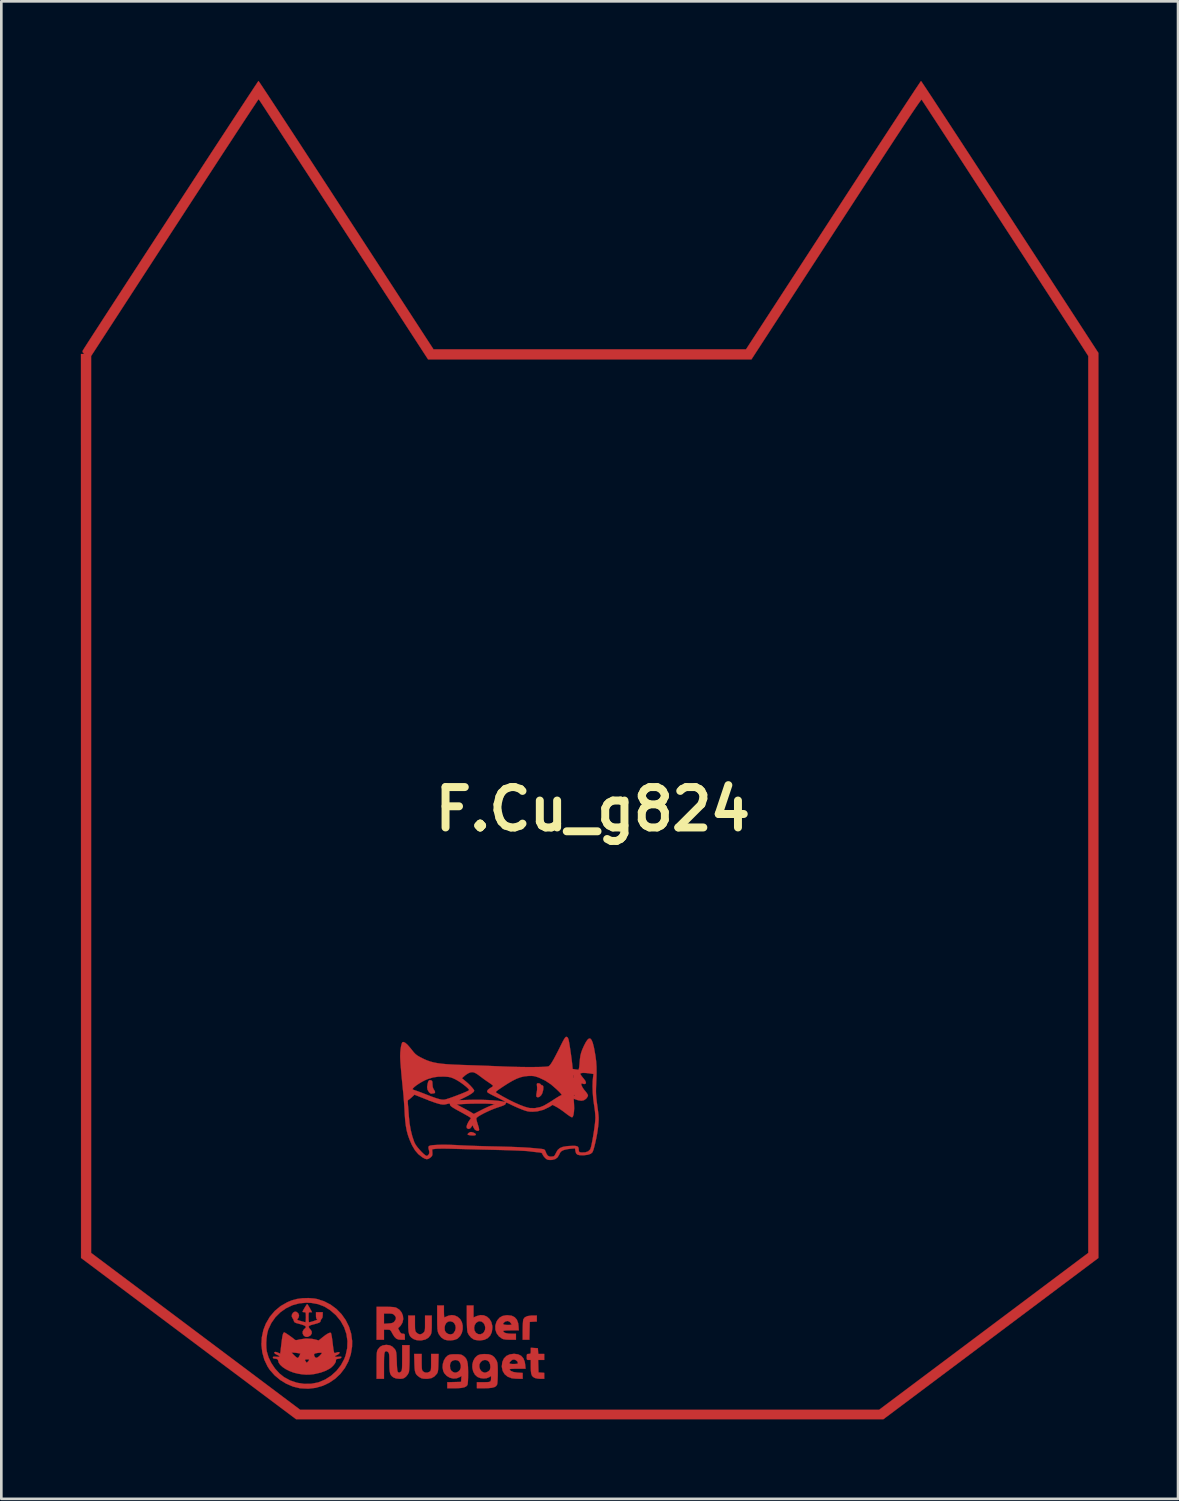
<source format=kicad_pcb>
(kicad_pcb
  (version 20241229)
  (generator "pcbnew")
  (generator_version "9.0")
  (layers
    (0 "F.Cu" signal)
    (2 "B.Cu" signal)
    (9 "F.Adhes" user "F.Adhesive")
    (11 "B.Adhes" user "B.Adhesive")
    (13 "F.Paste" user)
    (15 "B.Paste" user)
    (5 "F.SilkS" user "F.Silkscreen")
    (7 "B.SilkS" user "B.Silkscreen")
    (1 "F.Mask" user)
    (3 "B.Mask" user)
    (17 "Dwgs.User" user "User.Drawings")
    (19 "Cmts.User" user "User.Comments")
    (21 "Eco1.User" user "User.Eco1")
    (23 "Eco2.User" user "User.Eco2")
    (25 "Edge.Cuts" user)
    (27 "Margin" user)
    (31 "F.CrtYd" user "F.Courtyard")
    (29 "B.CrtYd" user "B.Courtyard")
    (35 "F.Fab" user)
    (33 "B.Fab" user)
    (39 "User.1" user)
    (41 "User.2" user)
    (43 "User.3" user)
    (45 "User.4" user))
  (footprint "F.Cu_g824"
    (layer "F.Cu")
    (at 19.309 27.475)
    (property "Reference" "F.Cu_g824" (at 0 0 0) (layer "F.SilkS") (effects (font (size 1.524 1.524) (thickness 0.3))))
    (attr through_hole)
    (fp_poly (pts (xy -4.566 12.181) (xy -4.506 12.198) (xy -4.442 12.228) (xy -4.409 12.26) (xy -4.407 12.268) (xy -4.424 12.296) (xy -4.478 12.309) (xy -4.575 12.306) (xy -4.629 12.301) (xy -4.7 12.286) (xy -4.721 12.261) (xy -4.693 12.225) (xy -4.665 12.205) (xy -4.617 12.181) (xy -4.566 12.181)) (stroke (width 0.01) (type solid)) (fill yes) (layer "F.Cu"))
    (fp_poly (pts (xy -2.108 19.327) (xy -2.242 19.334) (xy -2.375 19.342) (xy -2.382 19.679) (xy -2.389 20.015) (xy -2.642 20.015) (xy -2.642 19.661) (xy -2.64 19.527) (xy -2.635 19.406) (xy -2.628 19.31) (xy -2.62 19.251) (xy -2.617 19.243) (xy -2.563 19.17) (xy -2.465 19.123) (xy -2.324 19.102) (xy -2.275 19.101) (xy -2.108 19.101) (xy -2.108 19.327)) (stroke (width 0.01) (type solid)) (fill yes) (layer "F.Cu"))
    (fp_poly (pts (xy -6.1 10.228) (xy -6.068 10.243) (xy -6.051 10.276) (xy -6.046 10.341) (xy -6.045 10.375) (xy -6.035 10.484) (xy -6.003 10.561) (xy -5.994 10.573) (xy -5.953 10.642) (xy -5.948 10.693) (xy -5.978 10.718) (xy -5.992 10.719) (xy -6.054 10.726) (xy -6.078 10.733) (xy -6.118 10.724) (xy -6.171 10.679) (xy -6.181 10.667) (xy -6.232 10.582) (xy -6.247 10.481) (xy -6.228 10.354) (xy -6.222 10.332) (xy -6.197 10.258) (xy -6.168 10.225) (xy -6.124 10.222) (xy -6.1 10.228)) (stroke (width 0.01) (type solid)) (fill yes) (layer "F.Cu"))
    (fp_poly (pts (xy -1.992 10.351) (xy -1.965 10.376) (xy -1.934 10.41) (xy -1.916 10.414) (xy -1.88 10.426) (xy -1.863 10.466) (xy -1.864 10.543) (xy -1.869 10.593) (xy -1.901 10.714) (xy -1.949 10.797) (xy -2.01 10.851) (xy -2.069 10.87) (xy -2.113 10.852) (xy -2.125 10.833) (xy -2.128 10.785) (xy -2.119 10.713) (xy -2.113 10.687) (xy -2.099 10.591) (xy -2.098 10.485) (xy -2.101 10.458) (xy -2.107 10.386) (xy -2.102 10.35) (xy -2.077 10.339) (xy -2.047 10.338) (xy -1.992 10.351)) (stroke (width 0.01) (type solid)) (fill yes) (layer "F.Cu"))
    (fp_poly (pts (xy -2.203 20.325) (xy -2.07 20.333) (xy -2.054 20.549) (xy -1.829 20.549) (xy -1.829 20.777) (xy -2.059 20.777) (xy -2.052 21.012) (xy -2.045 21.247) (xy -1.829 21.263) (xy -1.829 21.488) (xy -1.975 21.488) (xy -2.072 21.481) (xy -2.161 21.463) (xy -2.2 21.448) (xy -2.257 21.411) (xy -2.296 21.361) (xy -2.321 21.287) (xy -2.333 21.181) (xy -2.337 21.034) (xy -2.337 21.03) (xy -2.337 20.777) (xy -2.413 20.777) (xy -2.46 20.774) (xy -2.482 20.755) (xy -2.489 20.706) (xy -2.489 20.663) (xy -2.487 20.593) (xy -2.474 20.559) (xy -2.442 20.549) (xy -2.413 20.549) (xy -2.366 20.545) (xy -2.344 20.526) (xy -2.337 20.478) (xy -2.337 20.433) (xy -2.337 20.317) (xy -2.203 20.325)) (stroke (width 0.01) (type solid)) (fill yes) (layer "F.Cu"))
    (fp_poly (pts (xy -6.706 19.394) (xy -6.705 19.521) (xy -6.702 19.608) (xy -6.694 19.665) (xy -6.68 19.704) (xy -6.659 19.734) (xy -6.643 19.75) (xy -6.581 19.793) (xy -6.517 19.812) (xy -6.515 19.812) (xy -6.452 19.794) (xy -6.389 19.752) (xy -6.387 19.75) (xy -6.36 19.72) (xy -6.342 19.687) (xy -6.332 19.641) (xy -6.326 19.571) (xy -6.325 19.466) (xy -6.325 19.394) (xy -6.325 19.101) (xy -6.071 19.101) (xy -6.071 19.425) (xy -6.072 19.569) (xy -6.077 19.672) (xy -6.086 19.746) (xy -6.101 19.801) (xy -6.118 19.838) (xy -6.199 19.939) (xy -6.316 20.007) (xy -6.463 20.038) (xy -6.515 20.04) (xy -6.638 20.03) (xy -6.736 19.999) (xy -6.766 19.983) (xy -6.839 19.934) (xy -6.891 19.877) (xy -6.926 19.804) (xy -6.947 19.705) (xy -6.957 19.572) (xy -6.96 19.425) (xy -6.96 19.101) (xy -6.706 19.101) (xy -6.706 19.394)) (stroke (width 0.01) (type solid)) (fill yes) (layer "F.Cu"))
    (fp_poly (pts (xy -6.452 20.853) (xy -6.451 20.985) (xy -6.447 21.076) (xy -6.44 21.136) (xy -6.427 21.175) (xy -6.407 21.203) (xy -6.401 21.209) (xy -6.326 21.251) (xy -6.236 21.255) (xy -6.152 21.22) (xy -6.129 21.201) (xy -6.113 21.175) (xy -6.103 21.133) (xy -6.098 21.066) (xy -6.096 20.965) (xy -6.096 20.865) (xy -6.096 20.549) (xy -5.813 20.549) (xy -5.821 20.89) (xy -5.825 21.032) (xy -5.831 21.133) (xy -5.84 21.203) (xy -5.853 21.251) (xy -5.873 21.289) (xy -5.882 21.302) (xy -5.975 21.402) (xy -6.081 21.461) (xy -6.212 21.486) (xy -6.274 21.488) (xy -6.381 21.484) (xy -6.457 21.468) (xy -6.52 21.436) (xy -6.528 21.431) (xy -6.599 21.379) (xy -6.651 21.327) (xy -6.685 21.266) (xy -6.707 21.187) (xy -6.719 21.079) (xy -6.726 20.932) (xy -6.727 20.89) (xy -6.736 20.549) (xy -6.452 20.549) (xy -6.452 20.853)) (stroke (width 0.01) (type solid)) (fill yes) (layer "F.Cu"))
    (fp_poly (pts (xy -3.059 19.107) (xy -2.944 19.164) (xy -2.861 19.258) (xy -2.812 19.391) (xy -2.799 19.495) (xy -2.788 19.66) (xy -3.083 19.66) (xy -3.204 19.662) (xy -3.299 19.667) (xy -3.36 19.675) (xy -3.378 19.684) (xy -3.354 19.728) (xy -3.287 19.762) (xy -3.182 19.782) (xy -3.08 19.787) (xy -2.896 19.787) (xy -2.896 20.015) (xy -3.118 20.015) (xy -3.267 20.009) (xy -3.372 19.992) (xy -3.416 19.975) (xy -3.54 19.885) (xy -3.626 19.767) (xy -3.672 19.632) (xy -3.675 19.487) (xy -3.657 19.425) (xy -3.378 19.425) (xy -3.332 19.447) (xy -3.238 19.456) (xy -3.212 19.456) (xy -3.12 19.454) (xy -3.072 19.446) (xy -3.061 19.43) (xy -3.063 19.425) (xy -3.129 19.34) (xy -3.203 19.306) (xy -3.285 19.322) (xy -3.322 19.344) (xy -3.374 19.391) (xy -3.378 19.425) (xy -3.657 19.425) (xy -3.633 19.343) (xy -3.594 19.274) (xy -3.509 19.177) (xy -3.404 19.118) (xy -3.269 19.091) (xy -3.209 19.089) (xy -3.059 19.107)) (stroke (width 0.01) (type solid)) (fill yes) (layer "F.Cu"))
    (fp_poly (pts (xy -4.496 19.174) (xy -4.378 19.122) (xy -4.239 19.084) (xy -4.108 19.093) (xy -3.99 19.143) (xy -3.894 19.229) (xy -3.824 19.347) (xy -3.788 19.491) (xy -3.785 19.558) (xy -3.805 19.721) (xy -3.865 19.854) (xy -3.961 19.954) (xy -4.09 20.017) (xy -4.247 20.04) (xy -4.257 20.04) (xy -4.354 20.033) (xy -4.442 20.018) (xy -4.483 20.005) (xy -4.586 19.936) (xy -4.672 19.835) (xy -4.721 19.738) (xy -4.732 19.679) (xy -4.74 19.577) (xy -4.741 19.564) (xy -4.474 19.564) (xy -4.46 19.663) (xy -4.41 19.748) (xy -4.407 19.751) (xy -4.325 19.801) (xy -4.234 19.808) (xy -4.149 19.772) (xy -4.106 19.729) (xy -4.062 19.639) (xy -4.054 19.544) (xy -4.076 19.454) (xy -4.123 19.379) (xy -4.189 19.33) (xy -4.27 19.315) (xy -4.323 19.327) (xy -4.402 19.381) (xy -4.453 19.465) (xy -4.474 19.564) (xy -4.741 19.564) (xy -4.746 19.438) (xy -4.749 19.27) (xy -4.75 19.186) (xy -4.75 18.72) (xy -4.496 18.72) (xy -4.496 19.174)) (stroke (width 0.01) (type solid)) (fill yes) (layer "F.Cu"))
    (fp_poly (pts (xy -2.817 20.564) (xy -2.7 20.62) (xy -2.616 20.714) (xy -2.564 20.847) (xy -2.547 20.957) (xy -2.533 21.107) (xy -2.84 21.107) (xy -2.975 21.109) (xy -3.065 21.113) (xy -3.116 21.12) (xy -3.136 21.132) (xy -3.136 21.14) (xy -3.088 21.193) (xy -2.993 21.231) (xy -2.851 21.253) (xy -2.826 21.255) (xy -2.642 21.266) (xy -2.642 21.488) (xy -2.813 21.486) (xy -2.915 21.482) (xy -3.009 21.473) (xy -3.065 21.464) (xy -3.211 21.406) (xy -3.323 21.313) (xy -3.397 21.19) (xy -3.428 21.041) (xy -3.429 21.011) (xy -3.415 20.902) (xy -3.144 20.902) (xy -3.112 20.921) (xy -3.035 20.929) (xy -2.985 20.93) (xy -2.888 20.926) (xy -2.835 20.915) (xy -2.819 20.896) (xy -2.842 20.834) (xy -2.901 20.783) (xy -2.951 20.763) (xy -3.012 20.762) (xy -3.067 20.795) (xy -3.085 20.812) (xy -3.133 20.867) (xy -3.144 20.902) (xy -3.415 20.902) (xy -3.409 20.85) (xy -3.35 20.72) (xy -3.255 20.624) (xy -3.126 20.565) (xy -2.968 20.545) (xy -2.817 20.564)) (stroke (width 0.01) (type solid)) (fill yes) (layer "F.Cu"))
    (fp_poly (pts (xy -5.613 18.951) (xy -5.611 19.05) (xy -5.606 19.126) (xy -5.599 19.167) (xy -5.594 19.171) (xy -5.447 19.108) (xy -5.322 19.084) (xy -5.208 19.098) (xy -5.095 19.15) (xy -5.093 19.151) (xy -4.998 19.238) (xy -4.935 19.352) (xy -4.904 19.484) (xy -4.905 19.622) (xy -4.937 19.756) (xy -5 19.874) (xy -5.093 19.966) (xy -5.12 19.983) (xy -5.226 20.022) (xy -5.357 20.039) (xy -5.489 20.034) (xy -5.6 20.005) (xy -5.601 20.005) (xy -5.714 19.927) (xy -5.803 19.809) (xy -5.828 19.755) (xy -5.843 19.708) (xy -5.854 19.642) (xy -5.859 19.575) (xy -5.588 19.575) (xy -5.578 19.665) (xy -5.544 19.73) (xy -5.526 19.75) (xy -5.45 19.797) (xy -5.364 19.812) (xy -5.285 19.793) (xy -5.249 19.766) (xy -5.191 19.671) (xy -5.168 19.568) (xy -5.182 19.468) (xy -5.229 19.384) (xy -5.285 19.341) (xy -5.379 19.316) (xy -5.464 19.335) (xy -5.533 19.393) (xy -5.576 19.484) (xy -5.588 19.575) (xy -5.859 19.575) (xy -5.861 19.551) (xy -5.866 19.427) (xy -5.867 19.262) (xy -5.867 19.191) (xy -5.867 18.72) (xy -5.613 18.72) (xy -5.613 18.951)) (stroke (width 0.01) (type solid)) (fill yes) (layer "F.Cu"))
    (fp_poly (pts (xy -7.643 18.774) (xy -7.512 18.783) (xy -7.427 18.799) (xy -7.41 18.806) (xy -7.293 18.88) (xy -7.209 18.984) (xy -7.16 19.106) (xy -7.148 19.236) (xy -7.175 19.365) (xy -7.243 19.48) (xy -7.266 19.505) (xy -7.343 19.581) (xy -7.29 19.684) (xy -7.251 19.75) (xy -7.211 19.78) (xy -7.162 19.787) (xy -7.116 19.79) (xy -7.094 19.809) (xy -7.087 19.858) (xy -7.087 19.901) (xy -7.087 20.015) (xy -7.223 20.015) (xy -7.328 20.006) (xy -7.41 19.972) (xy -7.479 19.906) (xy -7.546 19.8) (xy -7.559 19.775) (xy -7.601 19.698) (xy -7.633 19.656) (xy -7.671 19.638) (xy -7.728 19.634) (xy -7.753 19.634) (xy -7.874 19.634) (xy -7.874 20.015) (xy -8.153 20.015) (xy -8.153 19.025) (xy -7.874 19.025) (xy -7.874 19.412) (xy -7.705 19.401) (xy -7.609 19.392) (xy -7.548 19.376) (xy -7.504 19.349) (xy -7.477 19.32) (xy -7.427 19.24) (xy -7.425 19.167) (xy -7.473 19.094) (xy -7.479 19.087) (xy -7.522 19.052) (xy -7.571 19.033) (xy -7.644 19.026) (xy -7.708 19.025) (xy -7.874 19.025) (xy -8.153 19.025) (xy -8.153 18.771) (xy -7.822 18.771) (xy -7.643 18.774)) (stroke (width 0.01) (type solid)) (fill yes) (layer "F.Cu"))
    (fp_poly (pts (xy -5.07 20.563) (xy -4.994 20.571) (xy -4.939 20.587) (xy -4.889 20.616) (xy -4.88 20.622) (xy -4.817 20.675) (xy -4.771 20.735) (xy -4.738 20.812) (xy -4.716 20.913) (xy -4.704 21.046) (xy -4.7 21.22) (xy -4.7 21.281) (xy -4.701 21.436) (xy -4.706 21.566) (xy -4.714 21.662) (xy -4.724 21.716) (xy -4.726 21.721) (xy -4.771 21.772) (xy -4.845 21.809) (xy -4.955 21.832) (xy -5.105 21.843) (xy -5.206 21.844) (xy -5.486 21.844) (xy -5.486 21.617) (xy -5.226 21.61) (xy -4.966 21.603) (xy -4.958 21.491) (xy -4.95 21.379) (xy -5.011 21.419) (xy -5.131 21.47) (xy -5.261 21.478) (xy -5.389 21.447) (xy -5.503 21.381) (xy -5.594 21.284) (xy -5.637 21.201) (xy -5.664 21.069) (xy -5.66 21.005) (xy -5.385 21.005) (xy -5.374 21.11) (xy -5.336 21.181) (xy -5.271 21.23) (xy -5.206 21.255) (xy -5.145 21.25) (xy -5.079 21.221) (xy -5.013 21.161) (xy -4.978 21.074) (xy -4.976 20.975) (xy -5.008 20.878) (xy -5.045 20.825) (xy -5.111 20.786) (xy -5.197 20.778) (xy -5.282 20.802) (xy -5.326 20.832) (xy -5.366 20.886) (xy -5.383 20.959) (xy -5.385 21.005) (xy -5.66 21.005) (xy -5.655 20.928) (xy -5.614 20.793) (xy -5.545 20.68) (xy -5.483 20.622) (xy -5.433 20.591) (xy -5.38 20.573) (xy -5.309 20.564) (xy -5.204 20.561) (xy -5.182 20.561) (xy -5.07 20.563)) (stroke (width 0.01) (type solid)) (fill yes) (layer "F.Cu"))
    (fp_poly (pts (xy -3.931 20.561) (xy -3.809 20.597) (xy -3.715 20.668) (xy -3.64 20.775) (xy -3.617 20.823) (xy -3.601 20.871) (xy -3.591 20.929) (xy -3.585 21.007) (xy -3.582 21.116) (xy -3.581 21.262) (xy -3.583 21.401) (xy -3.588 21.526) (xy -3.595 21.626) (xy -3.603 21.691) (xy -3.607 21.704) (xy -3.643 21.76) (xy -3.706 21.8) (xy -3.801 21.826) (xy -3.936 21.84) (xy -4.089 21.844) (xy -4.369 21.844) (xy -4.369 21.615) (xy -4.118 21.615) (xy -3.995 21.614) (xy -3.914 21.607) (xy -3.867 21.59) (xy -3.843 21.556) (xy -3.836 21.503) (xy -3.835 21.458) (xy -3.835 21.381) (xy -3.905 21.427) (xy -4 21.465) (xy -4.118 21.476) (xy -4.239 21.46) (xy -4.344 21.419) (xy -4.348 21.417) (xy -4.444 21.33) (xy -4.508 21.214) (xy -4.54 21.082) (xy -4.54 21.041) (xy -4.277 21.041) (xy -4.248 21.133) (xy -4.195 21.203) (xy -4.171 21.22) (xy -4.097 21.253) (xy -4.036 21.252) (xy -3.964 21.223) (xy -3.908 21.184) (xy -3.877 21.144) (xy -3.86 21.05) (xy -3.87 20.947) (xy -3.903 20.859) (xy -3.913 20.844) (xy -3.984 20.789) (xy -4.068 20.775) (xy -4.152 20.796) (xy -4.223 20.851) (xy -4.27 20.935) (xy -4.274 20.949) (xy -4.277 21.041) (xy -4.54 21.041) (xy -4.54 20.943) (xy -4.507 20.811) (xy -4.441 20.695) (xy -4.365 20.622) (xy -4.306 20.588) (xy -4.237 20.567) (xy -4.141 20.557) (xy -4.089 20.554) (xy -3.931 20.561)) (stroke (width 0.01) (type solid)) (fill yes) (layer "F.Cu"))
    (fp_poly (pts (xy -7.66 20.222) (xy -7.562 20.27) (xy -7.472 20.36) (xy -7.456 20.381) (xy -7.436 20.414) (xy -7.421 20.455) (xy -7.41 20.513) (xy -7.402 20.598) (xy -7.396 20.717) (xy -7.391 20.834) (xy -7.386 20.985) (xy -7.379 21.093) (xy -7.371 21.165) (xy -7.36 21.21) (xy -7.345 21.235) (xy -7.336 21.243) (xy -7.292 21.255) (xy -7.244 21.226) (xy -7.24 21.223) (xy -7.222 21.204) (xy -7.209 21.179) (xy -7.199 21.14) (xy -7.193 21.081) (xy -7.19 20.994) (xy -7.189 20.872) (xy -7.188 20.706) (xy -7.188 20.697) (xy -7.188 20.218) (xy -6.909 20.218) (xy -6.909 20.682) (xy -6.91 20.837) (xy -6.914 20.981) (xy -6.92 21.104) (xy -6.928 21.194) (xy -6.935 21.239) (xy -6.973 21.317) (xy -7.034 21.395) (xy -7.05 21.41) (xy -7.11 21.457) (xy -7.169 21.48) (xy -7.247 21.488) (xy -7.284 21.488) (xy -7.418 21.475) (xy -7.511 21.439) (xy -7.569 21.397) (xy -7.612 21.349) (xy -7.641 21.285) (xy -7.659 21.197) (xy -7.668 21.077) (xy -7.671 20.917) (xy -7.671 20.882) (xy -7.672 20.734) (xy -7.675 20.629) (xy -7.682 20.558) (xy -7.694 20.514) (xy -7.71 20.488) (xy -7.711 20.487) (xy -7.756 20.455) (xy -7.782 20.447) (xy -7.812 20.452) (xy -7.835 20.469) (xy -7.852 20.507) (xy -7.863 20.569) (xy -7.87 20.664) (xy -7.873 20.796) (xy -7.874 20.972) (xy -7.874 20.998) (xy -7.874 21.488) (xy -8.153 21.488) (xy -8.153 20.974) (xy -8.153 20.797) (xy -8.151 20.664) (xy -8.148 20.565) (xy -8.142 20.495) (xy -8.133 20.446) (xy -8.12 20.409) (xy -8.104 20.379) (xy -8.024 20.282) (xy -7.924 20.227) (xy -7.794 20.208) (xy -7.782 20.208) (xy -7.66 20.222)) (stroke (width 0.01) (type solid)) (fill yes) (layer "F.Cu"))
    (fp_poly (pts (xy -10.501 18.459) (xy -10.403 18.477) (xy -10.135 18.562) (xy -9.889 18.689) (xy -9.668 18.853) (xy -9.476 19.05) (xy -9.317 19.274) (xy -9.195 19.519) (xy -9.113 19.782) (xy -9.075 20.057) (xy -9.078 20.275) (xy -9.126 20.564) (xy -9.218 20.833) (xy -9.349 21.077) (xy -9.515 21.295) (xy -9.712 21.482) (xy -9.937 21.635) (xy -10.184 21.752) (xy -10.45 21.828) (xy -10.73 21.861) (xy -11.021 21.846) (xy -11.05 21.843) (xy -11.305 21.781) (xy -11.555 21.675) (xy -11.79 21.531) (xy -12.001 21.355) (xy -12.179 21.154) (xy -12.264 21.026) (xy -12.387 20.769) (xy -12.464 20.494) (xy -12.497 20.211) (xy -12.494 20.148) (xy -12.316 20.148) (xy -12.311 20.326) (xy -12.295 20.453) (xy -12.23 20.673) (xy -12.125 20.892) (xy -11.987 21.099) (xy -11.824 21.28) (xy -11.65 21.421) (xy -11.413 21.55) (xy -11.157 21.636) (xy -10.892 21.678) (xy -10.626 21.676) (xy -10.368 21.627) (xy -10.338 21.618) (xy -10.09 21.514) (xy -9.864 21.368) (xy -9.664 21.186) (xy -9.498 20.974) (xy -9.371 20.737) (xy -9.32 20.599) (xy -9.261 20.33) (xy -9.252 20.061) (xy -9.29 19.798) (xy -9.376 19.545) (xy -9.507 19.309) (xy -9.683 19.093) (xy -9.699 19.077) (xy -9.908 18.895) (xy -10.125 18.761) (xy -10.357 18.672) (xy -10.611 18.625) (xy -10.797 18.616) (xy -11.068 18.641) (xy -11.326 18.711) (xy -11.566 18.825) (xy -11.782 18.977) (xy -11.97 19.164) (xy -12.124 19.383) (xy -12.239 19.629) (xy -12.243 19.641) (xy -12.28 19.786) (xy -12.305 19.962) (xy -12.316 20.148) (xy -12.494 20.148) (xy -12.483 19.926) (xy -12.424 19.647) (xy -12.331 19.407) (xy -12.181 19.15) (xy -11.996 18.93) (xy -11.775 18.745) (xy -11.519 18.598) (xy -11.354 18.529) (xy -11.164 18.477) (xy -10.946 18.448) (xy -10.719 18.442) (xy -10.501 18.459)) (stroke (width 0.01) (type solid)) (fill yes) (layer "F.Cu"))
    (fp_poly (pts (xy -10.753 18.69) (xy -10.717 18.744) (xy -10.673 18.819) (xy -10.672 18.821) (xy -10.588 18.974) (xy -10.654 18.974) (xy -10.687 18.976) (xy -10.706 18.99) (xy -10.716 19.026) (xy -10.719 19.094) (xy -10.719 19.164) (xy -10.717 19.255) (xy -10.711 19.323) (xy -10.703 19.354) (xy -10.701 19.355) (xy -10.655 19.347) (xy -10.586 19.329) (xy -10.51 19.304) (xy -10.441 19.279) (xy -10.397 19.258) (xy -10.389 19.25) (xy -10.408 19.228) (xy -10.414 19.228) (xy -10.428 19.205) (xy -10.438 19.147) (xy -10.439 19.101) (xy -10.439 18.974) (xy -10.185 18.974) (xy -10.185 19.087) (xy -10.194 19.171) (xy -10.217 19.217) (xy -10.221 19.22) (xy -10.252 19.259) (xy -10.266 19.301) (xy -10.272 19.329) (xy -10.288 19.35) (xy -10.322 19.37) (xy -10.381 19.392) (xy -10.473 19.419) (xy -10.606 19.454) (xy -10.611 19.455) (xy -10.688 19.485) (xy -10.715 19.523) (xy -10.695 19.574) (xy -10.655 19.619) (xy -10.602 19.698) (xy -10.598 19.776) (xy -10.643 19.847) (xy -10.659 19.861) (xy -10.747 19.906) (xy -10.832 19.904) (xy -10.897 19.863) (xy -10.941 19.787) (xy -10.942 19.704) (xy -10.902 19.63) (xy -10.884 19.613) (xy -10.837 19.571) (xy -10.82 19.535) (xy -10.835 19.504) (xy -10.887 19.473) (xy -10.979 19.44) (xy -11.117 19.402) (xy -11.176 19.387) (xy -11.243 19.359) (xy -11.271 19.316) (xy -11.274 19.305) (xy -11.295 19.242) (xy -11.318 19.209) (xy -11.352 19.143) (xy -11.348 19.067) (xy -11.309 19) (xy -11.287 18.982) (xy -11.235 18.954) (xy -11.191 18.958) (xy -11.154 18.976) (xy -11.097 19.033) (xy -11.078 19.108) (xy -11.099 19.184) (xy -11.115 19.205) (xy -11.144 19.244) (xy -11.148 19.263) (xy -11.121 19.274) (xy -11.06 19.294) (xy -10.985 19.316) (xy -10.911 19.337) (xy -10.855 19.351) (xy -10.836 19.355) (xy -10.828 19.331) (xy -10.823 19.27) (xy -10.82 19.182) (xy -10.82 19.164) (xy -10.821 19.067) (xy -10.826 19.011) (xy -10.838 18.983) (xy -10.862 18.974) (xy -10.884 18.974) (xy -10.932 18.969) (xy -10.947 18.961) (xy -10.935 18.929) (xy -10.905 18.872) (xy -10.865 18.803) (xy -10.824 18.737) (xy -10.791 18.687) (xy -10.773 18.669) (xy -10.753 18.69)) (stroke (width 0.01) (type solid)) (fill yes) (layer "F.Cu"))
    (fp_poly (pts (xy -11.606 19.75) (xy -11.547 19.786) (xy -11.472 19.837) (xy -11.392 19.893) (xy -11.319 19.947) (xy -11.266 19.99) (xy -11.263 19.993) (xy -11.23 20.019) (xy -11.196 20.029) (xy -11.145 20.024) (xy -11.061 20.003) (xy -11.06 20.003) (xy -10.826 19.968) (xy -10.59 19.98) (xy -10.482 20.002) (xy -10.337 20.04) (xy -10.197 19.927) (xy -10.075 19.833) (xy -9.978 19.773) (xy -9.91 19.748) (xy -9.877 19.755) (xy -9.865 19.788) (xy -9.85 19.86) (xy -9.833 19.963) (xy -9.817 20.084) (xy -9.816 20.093) (xy -9.797 20.252) (xy -9.782 20.366) (xy -9.769 20.443) (xy -9.756 20.49) (xy -9.743 20.512) (xy -9.727 20.517) (xy -9.712 20.513) (xy -9.656 20.494) (xy -9.612 20.482) (xy -9.563 20.481) (xy -9.548 20.502) (xy -9.566 20.536) (xy -9.614 20.573) (xy -9.639 20.585) (xy -9.706 20.619) (xy -9.724 20.644) (xy -9.694 20.657) (xy -9.617 20.657) (xy -9.598 20.656) (xy -9.521 20.651) (xy -9.484 20.657) (xy -9.479 20.676) (xy -9.479 20.678) (xy -9.512 20.711) (xy -9.54 20.721) (xy -9.628 20.737) (xy -9.675 20.753) (xy -9.69 20.774) (xy -9.686 20.791) (xy -9.691 20.842) (xy -9.728 20.912) (xy -9.789 20.99) (xy -9.867 21.064) (xy -9.919 21.102) (xy -10.072 21.184) (xy -10.26 21.252) (xy -10.47 21.302) (xy -10.516 21.31) (xy -10.669 21.328) (xy -10.811 21.331) (xy -10.963 21.319) (xy -11.113 21.295) (xy -11.275 21.256) (xy -11.432 21.197) (xy -11.576 21.125) (xy -11.698 21.044) (xy -11.791 20.958) (xy -11.848 20.874) (xy -11.862 20.813) (xy -11.873 20.782) (xy -10.857 20.782) (xy -10.832 20.823) (xy -10.831 20.824) (xy -10.789 20.884) (xy -10.736 20.831) (xy -10.703 20.789) (xy -10.699 20.763) (xy -10.732 20.755) (xy -10.792 20.756) (xy -10.793 20.756) (xy -10.847 20.764) (xy -10.857 20.782) (xy -11.873 20.782) (xy -11.881 20.76) (xy -11.939 20.732) (xy -12.004 20.726) (xy -12.054 20.712) (xy -12.065 20.685) (xy -12.057 20.661) (xy -12.024 20.652) (xy -11.954 20.654) (xy -11.938 20.656) (xy -11.853 20.658) (xy -11.817 20.647) (xy -11.829 20.623) (xy -11.89 20.59) (xy -11.913 20.581) (xy -11.976 20.547) (xy -12.01 20.512) (xy -12.01 20.484) (xy -11.97 20.473) (xy -11.97 20.473) (xy -11.916 20.484) (xy -11.855 20.509) (xy -11.807 20.531) (xy -11.786 20.534) (xy -11.786 20.533) (xy -11.783 20.505) (xy -11.782 20.498) (xy -11.364 20.498) (xy -11.265 20.599) (xy -11.204 20.656) (xy -11.154 20.692) (xy -11.132 20.701) (xy -11.1 20.68) (xy -11.067 20.628) (xy -11.062 20.618) (xy -11.053 20.595) (xy -10.513 20.595) (xy -10.489 20.652) (xy -10.451 20.693) (xy -10.399 20.692) (xy -10.33 20.646) (xy -10.294 20.611) (xy -10.245 20.558) (xy -10.219 20.519) (xy -10.218 20.508) (xy -10.249 20.503) (xy -10.314 20.505) (xy -10.374 20.511) (xy -10.463 20.528) (xy -10.508 20.553) (xy -10.513 20.595) (xy -11.053 20.595) (xy -11.028 20.536) (xy -11.121 20.518) (xy -11.207 20.506) (xy -11.286 20.499) (xy -11.289 20.499) (xy -11.364 20.498) (xy -11.782 20.498) (xy -11.775 20.435) (xy -11.764 20.335) (xy -11.75 20.212) (xy -11.745 20.173) (xy -11.724 20.006) (xy -11.705 19.883) (xy -11.685 19.801) (xy -11.664 19.754) (xy -11.641 19.736) (xy -11.637 19.736) (xy -11.606 19.75)) (stroke (width 0.01) (type solid)) (fill yes) (layer "F.Cu"))
    (fp_poly (pts (xy -12.593 -27.449) (xy -12.55 -27.387) (xy -12.483 -27.287) (xy -12.392 -27.149) (xy -12.277 -26.976) (xy -12.142 -26.77) (xy -11.985 -26.532) (xy -11.81 -26.264) (xy -11.617 -25.969) (xy -11.407 -25.648) (xy -11.181 -25.303) (xy -10.941 -24.935) (xy -10.688 -24.547) (xy -10.423 -24.14) (xy -10.147 -23.717) (xy -9.862 -23.279) (xy -9.569 -22.828) (xy -9.297 -22.409) (xy -6.007 -17.348) (xy -0.112 -17.348) (xy 5.784 -17.348) (xy 9.073 -22.409) (xy 9.373 -22.87) (xy 9.665 -23.32) (xy 9.95 -23.757) (xy 10.224 -24.179) (xy 10.488 -24.584) (xy 10.74 -24.97) (xy 10.979 -25.335) (xy 11.203 -25.678) (xy 11.412 -25.997) (xy 11.603 -26.29) (xy 11.777 -26.555) (xy 11.931 -26.789) (xy 12.065 -26.992) (xy 12.177 -27.162) (xy 12.267 -27.296) (xy 12.332 -27.393) (xy 12.371 -27.451) (xy 12.385 -27.468) (xy 12.4 -27.447) (xy 12.443 -27.385) (xy 12.51 -27.284) (xy 12.602 -27.146) (xy 12.716 -26.973) (xy 12.852 -26.767) (xy 13.008 -26.528) (xy 13.184 -26.261) (xy 13.378 -25.965) (xy 13.588 -25.643) (xy 13.815 -25.297) (xy 14.055 -24.928) (xy 14.309 -24.539) (xy 14.575 -24.132) (xy 14.851 -23.707) (xy 15.138 -23.268) (xy 15.432 -22.815) (xy 15.734 -22.351) (xy 15.742 -22.339) (xy 19.075 -17.212) (xy 19.075 16.929) (xy 15.02 19.971) (xy 10.964 23.012) (xy -0.112 23.012) (xy -11.189 23.012) (xy -15.245 19.971) (xy -19.301 16.929) (xy -19.304 -17.093) (xy -18.923 -17.093) (xy -18.923 -0.178) (xy -18.923 16.737) (xy -14.98 19.696) (xy -11.036 22.656) (xy -0.116 22.656) (xy 10.803 22.657) (xy 14.749 19.698) (xy 18.694 16.739) (xy 18.694 -0.179) (xy 18.694 -17.097) (xy 18.602 -17.241) (xy 18.554 -17.316) (xy 18.482 -17.428) (xy 18.387 -17.575) (xy 18.271 -17.754) (xy 18.135 -17.964) (xy 17.981 -18.201) (xy 17.81 -18.464) (xy 17.624 -18.751) (xy 17.424 -19.058) (xy 17.213 -19.384) (xy 16.99 -19.727) (xy 16.759 -20.083) (xy 16.52 -20.451) (xy 16.275 -20.828) (xy 16.025 -21.212) (xy 15.773 -21.601) (xy 15.518 -21.992) (xy 15.264 -22.383) (xy 15.011 -22.772) (xy 14.762 -23.155) (xy 14.516 -23.532) (xy 14.277 -23.9) (xy 14.046 -24.256) (xy 13.823 -24.598) (xy 13.612 -24.923) (xy 13.412 -25.23) (xy 13.226 -25.516) (xy 13.055 -25.778) (xy 12.901 -26.015) (xy 12.764 -26.223) (xy 12.648 -26.402) (xy 12.553 -26.547) (xy 12.48 -26.658) (xy 12.432 -26.731) (xy 12.41 -26.765) (xy 12.408 -26.767) (xy 12.4 -26.763) (xy 12.382 -26.743) (xy 12.353 -26.706) (xy 12.311 -26.65) (xy 12.258 -26.574) (xy 12.19 -26.476) (xy 12.108 -26.355) (xy 12.01 -26.21) (xy 11.896 -26.039) (xy 11.765 -25.841) (xy 11.616 -25.614) (xy 11.447 -25.358) (xy 11.259 -25.07) (xy 11.049 -24.75) (xy 10.818 -24.396) (xy 10.564 -24.006) (xy 10.286 -23.58) (xy 9.984 -23.116) (xy 9.656 -22.612) (xy 9.302 -22.068) (xy 9.182 -21.884) (xy 5.987 -16.967) (xy -6.21 -16.967) (xy -9.398 -21.872) (xy -9.693 -22.326) (xy -9.981 -22.769) (xy -10.261 -23.198) (xy -10.53 -23.613) (xy -10.789 -24.011) (xy -11.036 -24.39) (xy -11.269 -24.748) (xy -11.488 -25.083) (xy -11.691 -25.395) (xy -11.876 -25.68) (xy -12.044 -25.936) (xy -12.192 -26.163) (xy -12.319 -26.357) (xy -12.424 -26.518) (xy -12.506 -26.643) (xy -12.564 -26.73) (xy -12.596 -26.777) (xy -12.602 -26.786) (xy -12.617 -26.766) (xy -12.659 -26.706) (xy -12.725 -26.606) (xy -12.816 -26.469) (xy -12.929 -26.298) (xy -13.064 -26.093) (xy -13.219 -25.857) (xy -13.394 -25.591) (xy -13.585 -25.298) (xy -13.794 -24.979) (xy -14.018 -24.637) (xy -14.255 -24.272) (xy -14.506 -23.888) (xy -14.768 -23.485) (xy -15.041 -23.067) (xy -15.323 -22.634) (xy -15.612 -22.188) (xy -15.771 -21.945) (xy -18.923 -17.093) (xy -19.304 -17.093) (xy -19.304 -17.17) (xy -19.234 -17.171) (xy -19.187 -17.174) (xy -19.186 -17.186) (xy -19.213 -17.209) (xy -19.246 -17.246) (xy -19.239 -17.291) (xy -19.234 -17.303) (xy -19.215 -17.334) (xy -19.171 -17.405) (xy -19.102 -17.513) (xy -19.01 -17.656) (xy -18.896 -17.833) (xy -18.762 -18.04) (xy -18.609 -18.276) (xy -18.44 -18.538) (xy -18.254 -18.824) (xy -18.054 -19.132) (xy -17.841 -19.46) (xy -17.617 -19.805) (xy -17.383 -20.165) (xy -17.141 -20.537) (xy -16.892 -20.921) (xy -16.637 -21.312) (xy -16.378 -21.71) (xy -16.116 -22.111) (xy -15.854 -22.514) (xy -15.592 -22.916) (xy -15.331 -23.315) (xy -15.074 -23.709) (xy -14.822 -24.096) (xy -14.576 -24.473) (xy -14.338 -24.838) (xy -14.109 -25.188) (xy -13.89 -25.522) (xy -13.684 -25.838) (xy -13.491 -26.132) (xy -13.314 -26.403) (xy -13.152 -26.649) (xy -13.009 -26.867) (xy -12.885 -27.055) (xy -12.783 -27.211) (xy -12.702 -27.332) (xy -12.646 -27.417) (xy -12.614 -27.462) (xy -12.608 -27.47) (xy -12.593 -27.449)) (stroke (width 0.01) (type solid)) (fill yes) (layer "F.Cu"))
    (fp_poly (pts (xy -0.948 8.607) (xy -0.918 8.668) (xy -0.904 8.725) (xy -0.886 8.823) (xy -0.865 8.95) (xy -0.843 9.095) (xy -0.821 9.249) (xy -0.8 9.4) (xy -0.783 9.539) (xy -0.773 9.63) (xy -0.757 9.799) (xy -0.664 9.814) (xy -0.595 9.824) (xy -0.546 9.829) (xy -0.542 9.83) (xy -0.525 9.805) (xy -0.51 9.731) (xy -0.498 9.612) (xy -0.496 9.582) (xy -0.482 9.422) (xy -0.464 9.295) (xy -0.436 9.184) (xy -0.396 9.072) (xy -0.337 8.94) (xy -0.332 8.928) (xy -0.259 8.787) (xy -0.195 8.695) (xy -0.139 8.65) (xy -0.088 8.655) (xy -0.042 8.709) (xy 0.001 8.813) (xy 0.041 8.967) (xy 0.059 9.055) (xy 0.101 9.292) (xy 0.129 9.505) (xy 0.143 9.714) (xy 0.146 9.937) (xy 0.138 10.185) (xy 0.13 10.373) (xy 0.125 10.523) (xy 0.123 10.645) (xy 0.126 10.753) (xy 0.133 10.859) (xy 0.145 10.973) (xy 0.162 11.109) (xy 0.182 11.252) (xy 0.203 11.41) (xy 0.217 11.533) (xy 0.224 11.635) (xy 0.224 11.731) (xy 0.218 11.836) (xy 0.207 11.955) (xy 0.189 12.096) (xy 0.164 12.254) (xy 0.133 12.416) (xy 0.099 12.574) (xy 0.064 12.717) (xy 0.031 12.836) (xy 0.000438 12.919) (xy -0.014 12.946) (xy -0.077 13) (xy -0.184 13.036) (xy -0.329 13.054) (xy -0.389 13.055) (xy -0.504 13.05) (xy -0.579 13.029) (xy -0.624 12.987) (xy -0.648 12.917) (xy -0.651 12.899) (xy -0.668 12.795) (xy -0.837 12.809) (xy -0.944 12.823) (xy -1.048 12.845) (xy -1.11 12.865) (xy -1.178 12.9) (xy -1.224 12.948) (xy -1.264 13.028) (xy -1.266 13.033) (xy -1.326 13.134) (xy -1.411 13.198) (xy -1.526 13.229) (xy -1.609 13.233) (xy -1.691 13.226) (xy -1.753 13.195) (xy -1.801 13.151) (xy -1.854 13.088) (xy -1.89 13.029) (xy -1.896 13.013) (xy -1.91 12.982) (xy -1.941 12.963) (xy -2.002 12.95) (xy -2.079 12.942) (xy -2.2 12.929) (xy -2.336 12.913) (xy -2.426 12.901) (xy -2.489 12.895) (xy -2.597 12.889) (xy -2.743 12.882) (xy -2.921 12.874) (xy -3.124 12.867) (xy -3.346 12.86) (xy -3.58 12.854) (xy -3.696 12.851) (xy -3.95 12.845) (xy -4.209 12.839) (xy -4.464 12.832) (xy -4.705 12.826) (xy -4.923 12.82) (xy -5.111 12.815) (xy -5.259 12.811) (xy -5.286 12.81) (xy -5.45 12.806) (xy -5.607 12.804) (xy -5.744 12.805) (xy -5.853 12.807) (xy -5.921 12.812) (xy -6.058 12.829) (xy -6.049 12.951) (xy -6.048 13.029) (xy -6.062 13.079) (xy -6.101 13.123) (xy -6.121 13.14) (xy -6.193 13.189) (xy -6.26 13.204) (xy -6.336 13.183) (xy -6.429 13.13) (xy -6.578 13.014) (xy -6.702 12.87) (xy -6.81 12.688) (xy -6.834 12.639) (xy -6.909 12.466) (xy -6.968 12.302) (xy -7.014 12.134) (xy -7.048 11.954) (xy -7.073 11.749) (xy -7.091 11.51) (xy -7.098 11.367) (xy -7.108 11.196) (xy -7.118 11.055) (xy -6.977 11.055) (xy -6.972 11.119) (xy -6.965 11.202) (xy -6.955 11.32) (xy -6.945 11.457) (xy -6.935 11.595) (xy -6.909 11.85) (xy -6.865 12.103) (xy -6.806 12.339) (xy -6.737 12.543) (xy -6.717 12.59) (xy -6.676 12.663) (xy -6.612 12.751) (xy -6.535 12.843) (xy -6.453 12.931) (xy -6.374 13.007) (xy -6.308 13.059) (xy -6.262 13.081) (xy -6.26 13.081) (xy -6.22 13.062) (xy -6.187 13.024) (xy -6.165 12.974) (xy -6.166 12.914) (xy -6.178 12.863) (xy -6.195 12.792) (xy -6.197 12.742) (xy -6.177 12.709) (xy -6.128 12.688) (xy -6.045 12.675) (xy -5.92 12.666) (xy -5.863 12.663) (xy -5.726 12.659) (xy -5.555 12.658) (xy -5.367 12.662) (xy -5.179 12.669) (xy -5.08 12.675) (xy -4.942 12.682) (xy -4.764 12.69) (xy -4.553 12.698) (xy -4.321 12.706) (xy -4.076 12.713) (xy -3.829 12.72) (xy -3.632 12.724) (xy -3.31 12.732) (xy -3.03 12.74) (xy -2.784 12.75) (xy -2.564 12.761) (xy -2.362 12.775) (xy -2.168 12.791) (xy -1.976 12.811) (xy -1.913 12.817) (xy -1.842 12.831) (xy -1.804 12.859) (xy -1.78 12.91) (xy -1.736 13.013) (xy -1.689 13.074) (xy -1.629 13.102) (xy -1.581 13.106) (xy -1.511 13.101) (xy -1.462 13.089) (xy -1.458 13.087) (xy -1.432 13.054) (xy -1.397 12.991) (xy -1.377 12.949) (xy -1.32 12.854) (xy -1.24 12.785) (xy -1.13 12.739) (xy -0.982 12.713) (xy -0.884 12.705) (xy -0.745 12.7) (xy -0.649 12.702) (xy -0.587 12.716) (xy -0.551 12.743) (xy -0.534 12.786) (xy -0.529 12.833) (xy -0.521 12.901) (xy -0.502 12.934) (xy -0.457 12.946) (xy -0.419 12.95) (xy -0.28 12.945) (xy -0.173 12.908) (xy -0.101 12.84) (xy -0.086 12.811) (xy -0.064 12.742) (xy -0.039 12.633) (xy -0.012 12.494) (xy 0.016 12.337) (xy 0.043 12.171) (xy 0.066 12.008) (xy 0.085 11.857) (xy 0.097 11.73) (xy 0.102 11.64) (xy 0.097 11.534) (xy 0.085 11.396) (xy 0.066 11.247) (xy 0.047 11.125) (xy 0.019 10.914) (xy 0.001 10.687) (xy -0.006 10.462) (xy -0.001 10.255) (xy 0.013 10.11) (xy 0.029 9.989) (xy -0.144 9.963) (xy -0.246 9.952) (xy -0.34 9.947) (xy -0.399 9.95) (xy -0.454 9.962) (xy -0.467 9.982) (xy -0.453 10.017) (xy -0.419 10.068) (xy -0.366 10.135) (xy -0.339 10.166) (xy -0.279 10.248) (xy -0.255 10.313) (xy -0.268 10.355) (xy -0.319 10.369) (xy -0.33 10.368) (xy -0.362 10.359) (xy -0.391 10.348) (xy -0.425 10.348) (xy -0.432 10.381) (xy -0.415 10.438) (xy -0.377 10.509) (xy -0.322 10.588) (xy -0.292 10.622) (xy -0.234 10.695) (xy -0.192 10.759) (xy -0.178 10.8) (xy -0.195 10.849) (xy -0.238 10.909) (xy -0.252 10.924) (xy -0.333 10.98) (xy -0.43 10.998) (xy -0.551 10.979) (xy -0.61 10.96) (xy -0.718 10.922) (xy -0.704 11.144) (xy -0.7 11.288) (xy -0.708 11.417) (xy -0.724 11.523) (xy -0.748 11.595) (xy -0.775 11.624) (xy -0.808 11.615) (xy -0.869 11.579) (xy -0.951 11.522) (xy -1.017 11.472) (xy -1.124 11.391) (xy -1.234 11.314) (xy -1.331 11.252) (xy -1.37 11.23) (xy -1.513 11.154) (xy -1.639 11.233) (xy -1.856 11.339) (xy -2.091 11.399) (xy -2.261 11.412) (xy -2.365 11.41) (xy -2.454 11.398) (xy -2.548 11.372) (xy -2.667 11.329) (xy -2.68 11.323) (xy -2.808 11.271) (xy -2.945 11.211) (xy -3.065 11.155) (xy -3.091 11.142) (xy -3.182 11.097) (xy -3.236 11.074) (xy -3.265 11.07) (xy -3.277 11.084) (xy -3.281 11.104) (xy -3.293 11.129) (xy -3.323 11.154) (xy -3.381 11.181) (xy -3.474 11.215) (xy -3.586 11.252) (xy -3.714 11.297) (xy -3.852 11.353) (xy -3.991 11.416) (xy -4.121 11.48) (xy -4.235 11.542) (xy -4.323 11.596) (xy -4.377 11.64) (xy -4.389 11.657) (xy -4.388 11.697) (xy -4.372 11.771) (xy -4.344 11.864) (xy -4.334 11.896) (xy -4.298 12.01) (xy -4.285 12.084) (xy -4.296 12.123) (xy -4.332 12.134) (xy -4.381 12.126) (xy -4.446 12.088) (xy -4.493 12.013) (xy -4.536 11.918) (xy -4.578 11.991) (xy -4.63 12.048) (xy -4.69 12.063) (xy -4.744 12.033) (xy -4.748 12.029) (xy -4.759 11.978) (xy -4.739 11.9) (xy -4.692 11.803) (xy -4.646 11.731) (xy -4.591 11.655) (xy -4.649 11.612) (xy -4.691 11.585) (xy -4.769 11.54) (xy -4.872 11.482) (xy -4.99 11.417) (xy -5.039 11.391) (xy -5.177 11.315) (xy -5.275 11.256) (xy -5.338 11.212) (xy -5.371 11.178) (xy -5.38 11.156) (xy -5.383 11.138) (xy -5.134 11.138) (xy -4.885 11.271) (xy -4.775 11.33) (xy -4.675 11.385) (xy -4.596 11.429) (xy -4.561 11.45) (xy -4.486 11.496) (xy -4.205 11.351) (xy -4.085 11.291) (xy -3.969 11.237) (xy -3.872 11.195) (xy -3.81 11.172) (xy -3.696 11.139) (xy -3.797 11.121) (xy -3.869 11.113) (xy -3.981 11.108) (xy -4.123 11.105) (xy -4.285 11.105) (xy -4.457 11.107) (xy -4.629 11.11) (xy -4.789 11.117) (xy -4.885 11.122) (xy -5.134 11.138) (xy -5.383 11.138) (xy -5.386 11.12) (xy -5.399 11.105) (xy -5.433 11.106) (xy -5.499 11.121) (xy -5.525 11.128) (xy -5.59 11.14) (xy -5.659 11.141) (xy -5.74 11.13) (xy -5.839 11.105) (xy -5.964 11.065) (xy -6.122 11.007) (xy -6.199 10.977) (xy -5.042 10.977) (xy -4.674 10.966) (xy -4.445 10.962) (xy -4.216 10.963) (xy -3.993 10.97) (xy -3.786 10.981) (xy -3.603 10.997) (xy -3.451 11.016) (xy -3.338 11.038) (xy -3.308 11.047) (xy -3.302 11.035) (xy -3.324 11.019) (xy -3.383 10.986) (xy -3.473 10.94) (xy -3.585 10.884) (xy -3.646 10.855) (xy -3.781 10.789) (xy -3.875 10.74) (xy -3.936 10.704) (xy -3.966 10.679) (xy -3.652 10.679) (xy -3.639 10.693) (xy -3.627 10.701) (xy -3.395 10.837) (xy -3.167 10.96) (xy -2.949 11.067) (xy -2.748 11.156) (xy -2.571 11.223) (xy -2.425 11.264) (xy -2.38 11.273) (xy -2.181 11.278) (xy -1.982 11.239) (xy -1.846 11.185) (xy -1.77 11.142) (xy -1.667 11.081) (xy -1.552 11.009) (xy -1.472 10.957) (xy -1.373 10.893) (xy -1.287 10.84) (xy -1.226 10.806) (xy -1.198 10.795) (xy -0.711 10.795) (xy -0.702 10.816) (xy -0.694 10.812) (xy -0.691 10.782) (xy -0.694 10.778) (xy -0.709 10.782) (xy -0.711 10.795) (xy -1.198 10.795) (xy -1.174 10.788) (xy -1.176 10.766) (xy -1.207 10.723) (xy -1.27 10.655) (xy -1.366 10.563) (xy -1.577 10.38) (xy -1.79 10.239) (xy -2.018 10.131) (xy -2.048 10.119) (xy -2.146 10.085) (xy -2.153 10.084) (xy -0.731 10.084) (xy -0.728 10.13) (xy -0.721 10.135) (xy -0.719 10.128) (xy -0.715 10.064) (xy -0.719 10.039) (xy -0.726 10.031) (xy -0.73 10.067) (xy -0.731 10.084) (xy -2.153 10.084) (xy -2.23 10.067) (xy -2.319 10.061) (xy -2.438 10.064) (xy -2.438 10.064) (xy -2.581 10.079) (xy -2.721 10.112) (xy -2.865 10.165) (xy -3.023 10.243) (xy -3.204 10.349) (xy -3.364 10.452) (xy -3.486 10.534) (xy -3.571 10.593) (xy -3.623 10.633) (xy -3.649 10.66) (xy -3.652 10.679) (xy -3.966 10.679) (xy -3.97 10.676) (xy -3.983 10.651) (xy -3.983 10.634) (xy -3.953 10.584) (xy -3.885 10.53) (xy -3.867 10.52) (xy -3.804 10.481) (xy -3.765 10.448) (xy -3.759 10.437) (xy -3.779 10.413) (xy -3.831 10.371) (xy -3.904 10.321) (xy -3.905 10.32) (xy -4.004 10.253) (xy -4.116 10.174) (xy -4.204 10.108) (xy -4.322 10.019) (xy -4.412 9.961) (xy -4.485 9.929) (xy -4.548 9.92) (xy -4.613 9.929) (xy -4.62 9.931) (xy -4.696 9.963) (xy -4.782 10.018) (xy -4.826 10.053) (xy -4.934 10.149) (xy -4.785 10.271) (xy -4.698 10.347) (xy -4.615 10.429) (xy -4.543 10.508) (xy -4.492 10.574) (xy -4.471 10.618) (xy -4.47 10.621) (xy -4.494 10.666) (xy -4.566 10.725) (xy -4.682 10.797) (xy -4.809 10.862) (xy -5.042 10.977) (xy -6.199 10.977) (xy -6.314 10.932) (xy -6.723 10.77) (xy -6.833 10.872) (xy -6.896 10.926) (xy -6.945 10.963) (xy -6.965 10.973) (xy -6.975 10.996) (xy -6.977 11.055) (xy -7.118 11.055) (xy -7.122 11.001) (xy -7.137 10.804) (xy -7.153 10.643) (xy -7.161 10.564) (xy -6.796 10.564) (xy -6.79 10.573) (xy -6.754 10.588) (xy -6.691 10.61) (xy -6.668 10.617) (xy -6.605 10.639) (xy -6.508 10.675) (xy -6.39 10.72) (xy -6.263 10.77) (xy -6.25 10.775) (xy -6.061 10.848) (xy -5.91 10.901) (xy -5.792 10.936) (xy -5.7 10.955) (xy -5.626 10.959) (xy -5.588 10.955) (xy -5.53 10.941) (xy -5.437 10.912) (xy -5.323 10.873) (xy -5.202 10.829) (xy -5.005 10.754) (xy -4.854 10.693) (xy -4.748 10.647) (xy -4.685 10.613) (xy -4.663 10.596) (xy -4.674 10.568) (xy -4.719 10.519) (xy -4.789 10.457) (xy -4.878 10.387) (xy -4.975 10.316) (xy -5.073 10.252) (xy -5.163 10.2) (xy -5.182 10.19) (xy -5.282 10.144) (xy -5.365 10.115) (xy -5.45 10.099) (xy -5.557 10.09) (xy -5.606 10.088) (xy -5.82 10.09) (xy -6.01 10.116) (xy -6.197 10.171) (xy -6.248 10.19) (xy -6.351 10.236) (xy -6.458 10.293) (xy -6.562 10.357) (xy -6.656 10.421) (xy -6.731 10.481) (xy -6.78 10.53) (xy -6.796 10.564) (xy -7.161 10.564) (xy -7.188 10.293) (xy -7.217 9.992) (xy -7.238 9.741) (xy -7.254 9.539) (xy -7.262 9.387) (xy -7.264 9.311) (xy -7.26 9.186) (xy -7.248 9.059) (xy -7.23 8.945) (xy -7.208 8.854) (xy -7.185 8.798) (xy -7.178 8.791) (xy -7.131 8.783) (xy -7.063 8.819) (xy -6.977 8.896) (xy -6.876 9.013) (xy -6.837 9.062) (xy -6.757 9.163) (xy -6.69 9.234) (xy -6.619 9.29) (xy -6.531 9.342) (xy -6.485 9.366) (xy -6.361 9.428) (xy -6.242 9.479) (xy -6.121 9.521) (xy -5.991 9.555) (xy -5.847 9.582) (xy -5.682 9.604) (xy -5.489 9.621) (xy -5.262 9.635) (xy -4.994 9.646) (xy -4.813 9.652) (xy -4.581 9.66) (xy -4.334 9.668) (xy -4.087 9.677) (xy -3.85 9.686) (xy -3.639 9.695) (xy -3.464 9.702) (xy -3.454 9.703) (xy -3.223 9.712) (xy -2.987 9.719) (xy -2.752 9.724) (xy -2.526 9.727) (xy -2.313 9.728) (xy -2.12 9.726) (xy -1.953 9.723) (xy -1.817 9.717) (xy -1.72 9.709) (xy -1.667 9.7) (xy -1.665 9.699) (xy -1.631 9.673) (xy -1.588 9.622) (xy -1.536 9.542) (xy -1.47 9.43) (xy -1.391 9.281) (xy -1.294 9.093) (xy -1.203 8.909) (xy -1.135 8.774) (xy -1.083 8.68) (xy -1.044 8.621) (xy -1.013 8.591) (xy -0.994 8.585) (xy -0.948 8.607)) (stroke (width 0.01) (type solid)) (fill yes) (layer "F.Cu")))
  (gr_rect
    (start -3 -3)
    (end 41.389 53.492)
    (stroke (width 0.1) (type default))
    (fill no)
    (layer "Edge.Cuts")))
</source>
